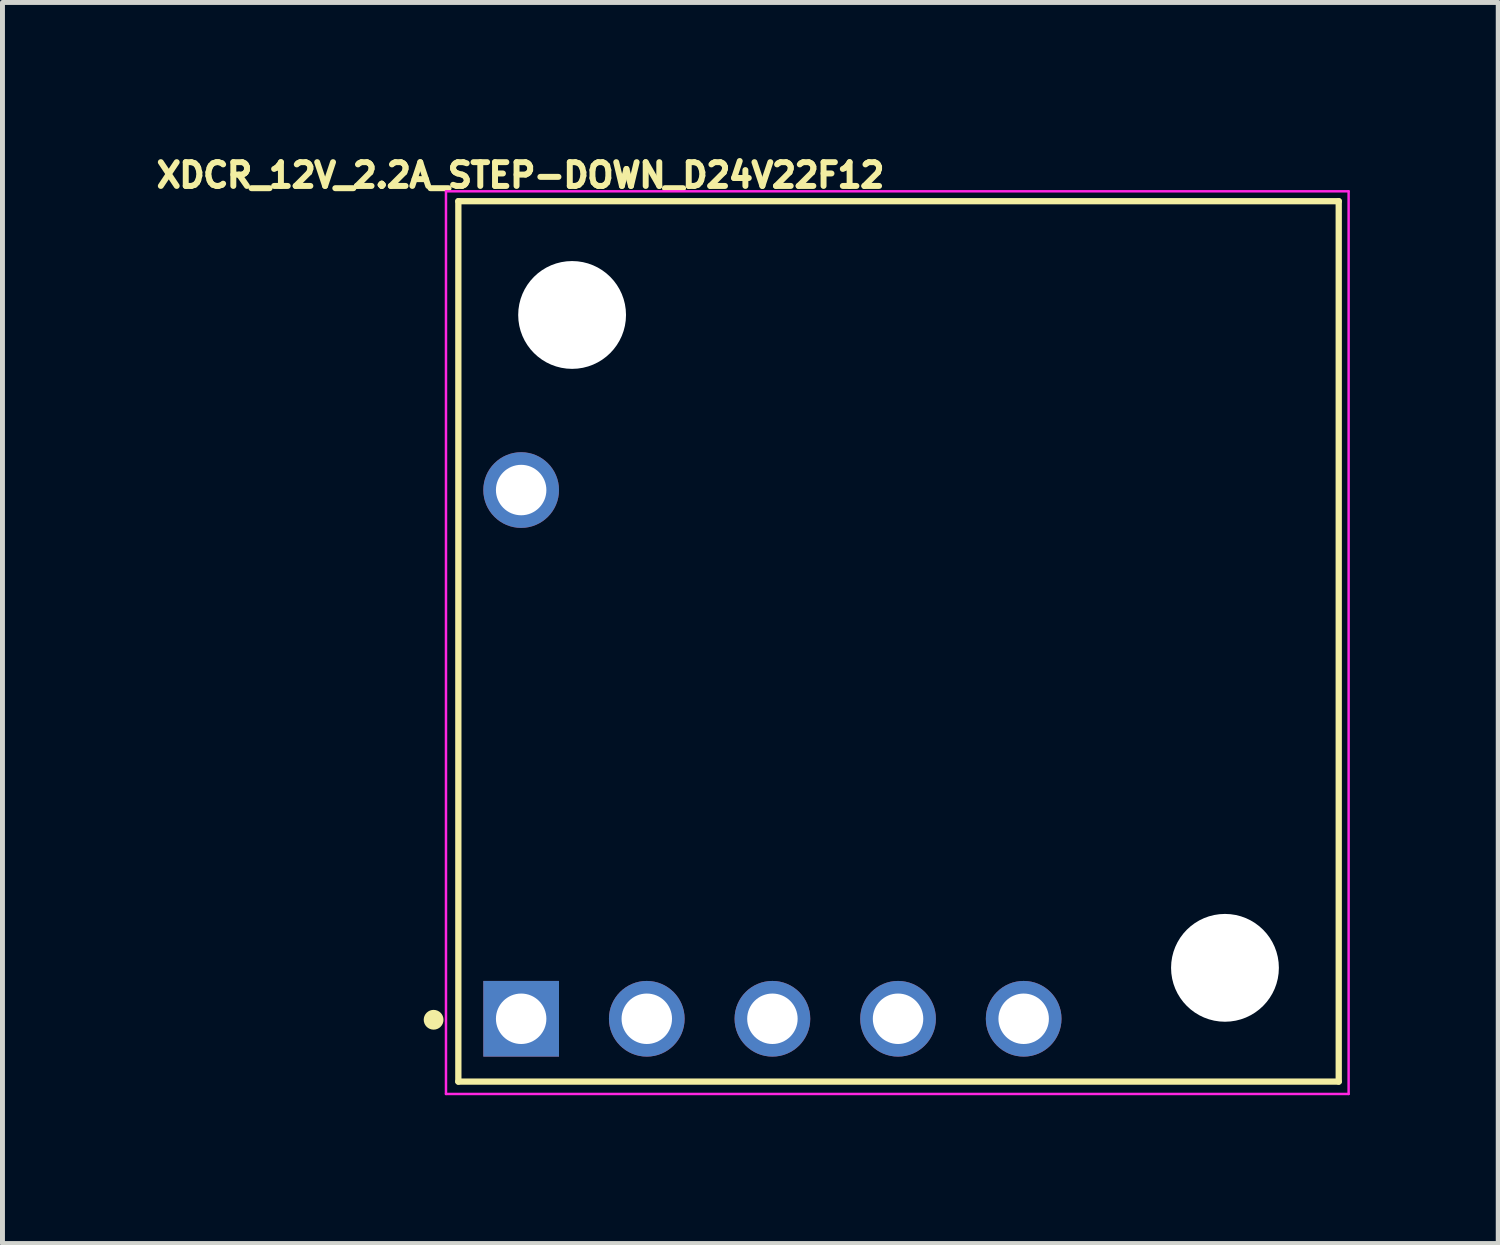
<source format=kicad_pcb>
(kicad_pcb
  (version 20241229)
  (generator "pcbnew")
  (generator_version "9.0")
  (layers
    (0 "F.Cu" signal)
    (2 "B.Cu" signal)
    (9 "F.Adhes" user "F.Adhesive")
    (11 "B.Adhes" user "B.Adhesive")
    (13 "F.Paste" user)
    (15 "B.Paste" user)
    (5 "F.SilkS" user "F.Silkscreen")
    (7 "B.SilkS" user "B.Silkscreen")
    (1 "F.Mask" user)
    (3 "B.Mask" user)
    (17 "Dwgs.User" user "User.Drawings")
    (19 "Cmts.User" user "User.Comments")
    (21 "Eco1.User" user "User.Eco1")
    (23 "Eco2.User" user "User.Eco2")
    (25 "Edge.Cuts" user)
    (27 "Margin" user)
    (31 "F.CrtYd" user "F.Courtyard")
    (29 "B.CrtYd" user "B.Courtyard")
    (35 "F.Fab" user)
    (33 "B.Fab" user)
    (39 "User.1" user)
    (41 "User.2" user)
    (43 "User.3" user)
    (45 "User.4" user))
  (footprint "XDCR_12V_2.2A_STEP-DOWN_D24V22F12"
    (layer "F.Cu")
    (at 15.117 9.918)
    (property "Reference" "XDCR_12V_2.2A_STEP-DOWN_D24V22F12" (at -7.643 -9.425 0) (layer "F.SilkS") (effects (font (size 0.481 0.481) (thickness 0.15))))
    (attr through_hole)
    (fp_line (start -8.9 -8.9) (end 8.9 -8.9) (stroke (width 0.127) (type solid)) (layer "F.SilkS"))
    (fp_line (start -8.9 8.9) (end -8.9 -8.9) (stroke (width 0.127) (type solid)) (layer "F.SilkS"))
    (fp_line (start 8.9 -8.9) (end 8.9 8.9) (stroke (width 0.127) (type solid)) (layer "F.SilkS"))
    (fp_line (start 8.9 8.9) (end -8.9 8.9) (stroke (width 0.127) (type solid)) (layer "F.SilkS"))
    (fp_circle (center -9.4 7.65) (end -9.3 7.65) (stroke (width 0.2) (type solid)) (fill no) (layer "F.SilkS"))
    (fp_line (start -9.15 -9.1) (end 9.1 -9.1) (stroke (width 0.05) (type solid)) (layer "F.CrtYd"))
    (fp_line (start -9.15 9.15) (end -9.15 -9.1) (stroke (width 0.05) (type solid)) (layer "F.CrtYd"))
    (fp_line (start 9.1 -9.1) (end 9.1 9.15) (stroke (width 0.05) (type solid)) (layer "F.CrtYd"))
    (fp_line (start 9.1 9.15) (end -9.15 9.15) (stroke (width 0.05) (type solid)) (layer "F.CrtYd"))
    (pad "" np_thru_hole circle (at -6.6 -6.6) (size 2.18 2.18) (drill 2.18) (layers "*.Cu" "*.Mask"))
    (pad "" np_thru_hole circle (at 6.6 6.6) (size 2.18 2.18) (drill 2.18) (layers "*.Cu" "*.Mask"))
    (pad "1" thru_hole rect (at -7.63 7.63) (size 1.53 1.53) (drill 1.02) (layers "*.Cu" "*.Mask"))
    (pad "2" thru_hole circle (at -5.09 7.63) (size 1.53 1.53) (drill 1.02) (layers "*.Cu" "*.Mask"))
    (pad "3" thru_hole circle (at -2.55 7.63) (size 1.53 1.53) (drill 1.02) (layers "*.Cu" "*.Mask"))
    (pad "4" thru_hole circle (at -0.01 7.63) (size 1.53 1.53) (drill 1.02) (layers "*.Cu" "*.Mask"))
    (pad "5" thru_hole circle (at 2.53 7.63) (size 1.53 1.53) (drill 1.02) (layers "*.Cu" "*.Mask"))
    (pad "6" thru_hole circle (at -7.63 -3.06) (size 1.53 1.53) (drill 1.02) (layers "*.Cu" "*.Mask")))
  (gr_rect
    (start -3 -3)
    (end 27.242 22.093)
    (stroke (width 0.1) (type default))
    (fill no)
    (layer "Edge.Cuts")))
</source>
